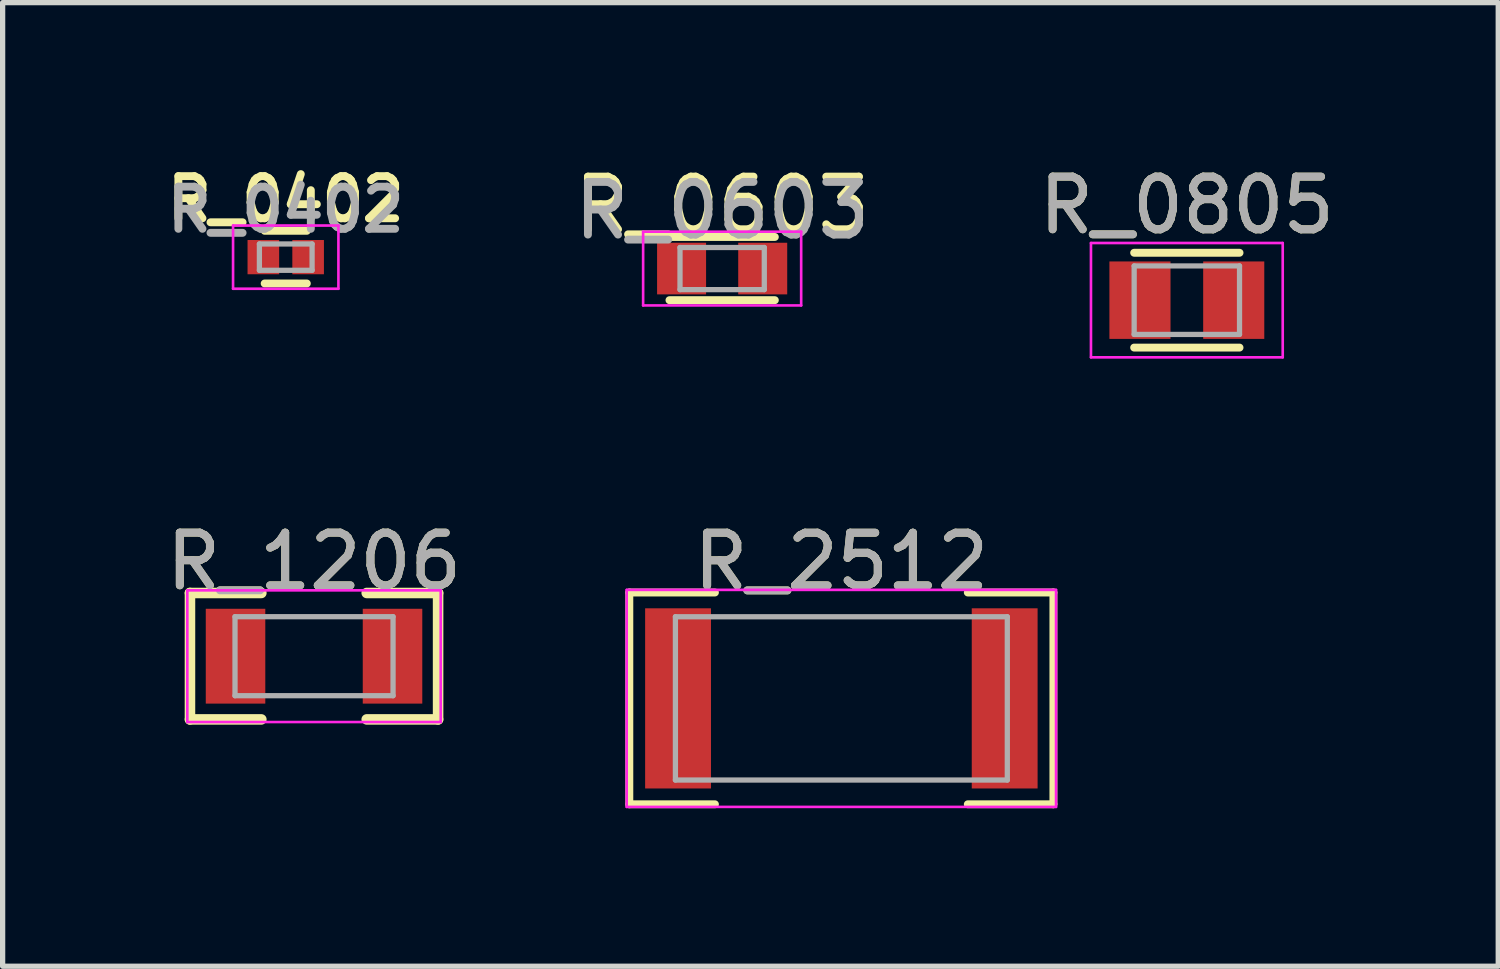
<source format=kicad_pcb>
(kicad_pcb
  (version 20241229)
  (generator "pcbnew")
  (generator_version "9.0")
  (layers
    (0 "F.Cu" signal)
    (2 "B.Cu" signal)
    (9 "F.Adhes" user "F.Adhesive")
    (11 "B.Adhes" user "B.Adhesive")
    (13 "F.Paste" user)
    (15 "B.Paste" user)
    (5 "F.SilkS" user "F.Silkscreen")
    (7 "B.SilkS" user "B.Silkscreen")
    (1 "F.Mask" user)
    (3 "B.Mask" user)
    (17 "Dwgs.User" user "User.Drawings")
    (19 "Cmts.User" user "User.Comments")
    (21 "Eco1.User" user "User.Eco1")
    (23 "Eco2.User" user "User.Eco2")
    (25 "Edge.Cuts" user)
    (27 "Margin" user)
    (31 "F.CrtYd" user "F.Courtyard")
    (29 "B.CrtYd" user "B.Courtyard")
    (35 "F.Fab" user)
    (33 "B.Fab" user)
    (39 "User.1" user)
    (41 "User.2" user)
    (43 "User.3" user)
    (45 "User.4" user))
  (footprint "R_0402"
    (layer "F.Cu")
    (at 2.374 1.831)
    (property "Reference" "R_0402" (at 0 -1.1 0) (layer "F.SilkS") (effects (font (size 0.8 0.8) (thickness 0.15))))
    (attr smd)
    (fp_line (start -0.4 -0.5) (end 0.4 -0.5) (stroke (width 0.15) (type solid)) (layer "F.SilkS"))
    (fp_line (start -0.4 0.5) (end 0.4 0.5) (stroke (width 0.15) (type solid)) (layer "F.SilkS"))
    (fp_line (start -1 -0.6) (end 1 -0.6) (stroke (width 0.05) (type solid)) (layer "F.CrtYd"))
    (fp_line (start -1 0.6) (end -1 -0.6) (stroke (width 0.05) (type solid)) (layer "F.CrtYd"))
    (fp_line (start 1 -0.6) (end 1 0.6) (stroke (width 0.05) (type solid)) (layer "F.CrtYd"))
    (fp_line (start 1 0.6) (end -1 0.6) (stroke (width 0.05) (type solid)) (layer "F.CrtYd"))
    (fp_line (start -0.5 -0.25) (end 0.5 -0.25) (stroke (width 0.1) (type solid)) (layer "F.Fab"))
    (fp_line (start -0.5 0.25) (end -0.5 -0.25) (stroke (width 0.1) (type solid)) (layer "F.Fab"))
    (fp_line (start 0.5 -0.25) (end 0.5 0.25) (stroke (width 0.1) (type solid)) (layer "F.Fab"))
    (fp_line (start 0.5 0.25) (end -0.5 0.25) (stroke (width 0.1) (type solid)) (layer "F.Fab"))
    (fp_text user "${REFERENCE}" (at 0 -0.9 0) (layer "F.Fab") (effects (font (size 0.8 0.8) (thickness 0.15))))
    (pad "1" smd rect (at -0.425 0) (size 0.6 0.65) (layers "F.Cu" "F.Mask" "F.Paste"))
    (pad "2" smd rect (at 0.425 0) (size 0.6 0.65) (layers "F.Cu" "F.Mask" "F.Paste")))
  (footprint "R_0805"
    (layer "F.Cu")
    (at 19.479 2.648)
    (property "Reference" "R_0805" (at 0 -1.8 0) (layer "F.SilkS") (effects (font (size 1 1) (thickness 0.15))))
    (attr smd)
    (fp_line (start -1 -0.9) (end 1 -0.9) (stroke (width 0.15) (type solid)) (layer "F.SilkS"))
    (fp_line (start 1 0.9) (end -1 0.9) (stroke (width 0.15) (type solid)) (layer "F.SilkS"))
    (fp_line (start -1.82 -1.085) (end 1.82 -1.085) (stroke (width 0.05) (type solid)) (layer "F.CrtYd"))
    (fp_line (start -1.82 1.085) (end -1.82 -1.085) (stroke (width 0.05) (type solid)) (layer "F.CrtYd"))
    (fp_line (start 1.82 -1.085) (end 1.82 1.085) (stroke (width 0.05) (type solid)) (layer "F.CrtYd"))
    (fp_line (start 1.82 1.085) (end -1.82 1.085) (stroke (width 0.05) (type solid)) (layer "F.CrtYd"))
    (fp_line (start -1 -0.65) (end 1 -0.65) (stroke (width 0.1) (type solid)) (layer "F.Fab"))
    (fp_line (start -1 0.65) (end -1 -0.65) (stroke (width 0.1) (type solid)) (layer "F.Fab"))
    (fp_line (start 1 -0.65) (end 1 0.65) (stroke (width 0.1) (type solid)) (layer "F.Fab"))
    (fp_line (start 1 0.65) (end -1 0.65) (stroke (width 0.1) (type solid)) (layer "F.Fab"))
    (fp_text user "${REFERENCE}" (at 0 -1.8 0) (layer "F.Fab") (effects (font (size 1 1) (thickness 0.15))))
    (pad "1" smd rect (at -0.89 0) (size 1.16 1.47) (layers "F.Cu" "F.Mask" "F.Paste"))
    (pad "2" smd rect (at 0.89 0) (size 1.16 1.47) (layers "F.Cu" "F.Mask" "F.Paste")))
  (footprint "R_0603"
    (layer "F.Cu")
    (at 10.658 2.048)
    (property "Reference" "R_0603" (at 0 -1.2 0) (layer "F.SilkS") (effects (font (size 1 1) (thickness 0.15))))
    (attr smd)
    (fp_line (start -1 -0.6) (end 1 -0.6) (stroke (width 0.15) (type solid)) (layer "F.SilkS"))
    (fp_line (start -1 0.6) (end 1 0.6) (stroke (width 0.15) (type solid)) (layer "F.SilkS"))
    (fp_line (start -1.5 -0.7) (end 1.5 -0.7) (stroke (width 0.05) (type solid)) (layer "F.CrtYd"))
    (fp_line (start -1.5 0.7) (end -1.5 -0.7) (stroke (width 0.05) (type solid)) (layer "F.CrtYd"))
    (fp_line (start 1.5 -0.7) (end 1.5 0.7) (stroke (width 0.05) (type solid)) (layer "F.CrtYd"))
    (fp_line (start 1.5 0.7) (end -1.5 0.7) (stroke (width 0.05) (type solid)) (layer "F.CrtYd"))
    (fp_line (start -0.8 -0.4) (end 0.8 -0.4) (stroke (width 0.1) (type solid)) (layer "F.Fab"))
    (fp_line (start -0.8 0.4) (end -0.8 -0.4) (stroke (width 0.1) (type solid)) (layer "F.Fab"))
    (fp_line (start 0.8 -0.4) (end 0.8 0.4) (stroke (width 0.1) (type solid)) (layer "F.Fab"))
    (fp_line (start 0.8 0.4) (end -0.8 0.4) (stroke (width 0.1) (type solid)) (layer "F.Fab"))
    (fp_text user "${REFERENCE}" (at 0 -1.1 0) (layer "F.Fab") (effects (font (size 1 1) (thickness 0.15))))
    (pad "1" smd rect (at -0.77 0) (size 0.93 0.98) (layers "F.Cu" "F.Mask" "F.Paste"))
    (pad "2" smd rect (at 0.77 0) (size 0.93 0.98) (layers "F.Cu" "F.Mask" "F.Paste")))
  (footprint "R_1206"
    (layer "F.Cu")
    (at 2.911 9.406)
    (property "Reference" "R_1206" (at 0 -1.8 0) (layer "F.SilkS") (effects (font (size 1 1) (thickness 0.15))))
    (attr smd)
    (fp_line (start -2.355 -1.2) (end -1 -1.2) (stroke (width 0.2) (type solid)) (layer "F.SilkS"))
    (fp_line (start -2.355 1.2) (end -2.355 -1.2) (stroke (width 0.2) (type solid)) (layer "F.SilkS"))
    (fp_line (start -2.355 1.2) (end -1 1.2) (stroke (width 0.2) (type solid)) (layer "F.SilkS"))
    (fp_line (start 1 -1.2) (end 2.355 -1.2) (stroke (width 0.2) (type solid)) (layer "F.SilkS"))
    (fp_line (start 1 1.2) (end 2.355 1.2) (stroke (width 0.2) (type solid)) (layer "F.SilkS"))
    (fp_line (start 2.355 1.2) (end 2.355 -1.2) (stroke (width 0.2) (type solid)) (layer "F.SilkS"))
    (fp_line (start -2.405 -1.25) (end 2.405 -1.25) (stroke (width 0.05) (type solid)) (layer "F.CrtYd"))
    (fp_line (start -2.405 1.25) (end -2.405 -1.25) (stroke (width 0.05) (type solid)) (layer "F.CrtYd"))
    (fp_line (start 2.405 -1.25) (end 2.405 1.25) (stroke (width 0.05) (type solid)) (layer "F.CrtYd"))
    (fp_line (start 2.405 1.25) (end -2.405 1.25) (stroke (width 0.05) (type solid)) (layer "F.CrtYd"))
    (fp_line (start -1.5 -0.75) (end 1.5 -0.75) (stroke (width 0.1) (type solid)) (layer "F.Fab"))
    (fp_line (start -1.5 0.75) (end -1.5 -0.75) (stroke (width 0.1) (type solid)) (layer "F.Fab"))
    (fp_line (start 1.5 -0.75) (end 1.5 0.75) (stroke (width 0.1) (type solid)) (layer "F.Fab"))
    (fp_line (start 1.5 0.75) (end -1.5 0.75) (stroke (width 0.1) (type solid)) (layer "F.Fab"))
    (fp_text user "${REFERENCE}" (at 0 -1.8 0) (layer "F.Fab") (effects (font (size 1 1) (thickness 0.15))))
    (pad "1" smd rect (at -1.49 0) (size 1.13 1.8) (layers "F.Cu" "F.Mask" "F.Paste"))
    (pad "2" smd rect (at 1.49 0) (size 1.13 1.8) (layers "F.Cu" "F.Mask" "F.Paste")))
  (footprint "R_2512"
    (layer "F.Cu")
    (at 12.921 10.207)
    (property "Reference" "R_2512" (at 0 -2.6 0) (layer "F.SilkS") (effects (font (size 1 1) (thickness 0.15))))
    (attr smd)
    (fp_line (start -4.025 -2.01) (end -2.4 -2.01) (stroke (width 0.15) (type solid)) (layer "F.SilkS"))
    (fp_line (start -4.025 2.01) (end -4.025 -2.01) (stroke (width 0.15) (type solid)) (layer "F.SilkS"))
    (fp_line (start -4.025 2.01) (end -2.4 2.01) (stroke (width 0.15) (type solid)) (layer "F.SilkS"))
    (fp_line (start 2.4 -2.01) (end 4.025 -2.01) (stroke (width 0.15) (type solid)) (layer "F.SilkS"))
    (fp_line (start 2.4 2.01) (end 4.025 2.01) (stroke (width 0.15) (type solid)) (layer "F.SilkS"))
    (fp_line (start 4.025 2.01) (end 4.025 -2.01) (stroke (width 0.15) (type solid)) (layer "F.SilkS"))
    (fp_line (start -4.075 -2.06) (end 4.075 -2.06) (stroke (width 0.05) (type solid)) (layer "F.CrtYd"))
    (fp_line (start -4.075 2.06) (end -4.075 -2.06) (stroke (width 0.05) (type solid)) (layer "F.CrtYd"))
    (fp_line (start 4.075 -2.06) (end 4.075 2.06) (stroke (width 0.05) (type solid)) (layer "F.CrtYd"))
    (fp_line (start 4.075 2.06) (end -4.075 2.06) (stroke (width 0.05) (type solid)) (layer "F.CrtYd"))
    (fp_line (start -3.15 -1.55) (end 3.15 -1.55) (stroke (width 0.1) (type solid)) (layer "F.Fab"))
    (fp_line (start -3.15 1.55) (end -3.15 -1.55) (stroke (width 0.1) (type solid)) (layer "F.Fab"))
    (fp_line (start 3.15 -1.55) (end 3.15 1.55) (stroke (width 0.1) (type solid)) (layer "F.Fab"))
    (fp_line (start 3.15 1.55) (end -3.15 1.55) (stroke (width 0.1) (type solid)) (layer "F.Fab"))
    (fp_text user "${REFERENCE}" (at 0 -2.6 0) (layer "F.Fab") (effects (font (size 1 1) (thickness 0.15))))
    (pad "1" smd rect (at -3.1 0) (size 1.25 3.42) (layers "F.Cu" "F.Mask" "F.Paste"))
    (pad "2" smd rect (at 3.1 0) (size 1.25 3.42) (layers "F.Cu" "F.Mask" "F.Paste")))
  (gr_rect
    (start -3 -3)
    (end 25.39 15.291)
    (stroke (width 0.1) (type default))
    (fill no)
    (layer "Edge.Cuts")))
</source>
